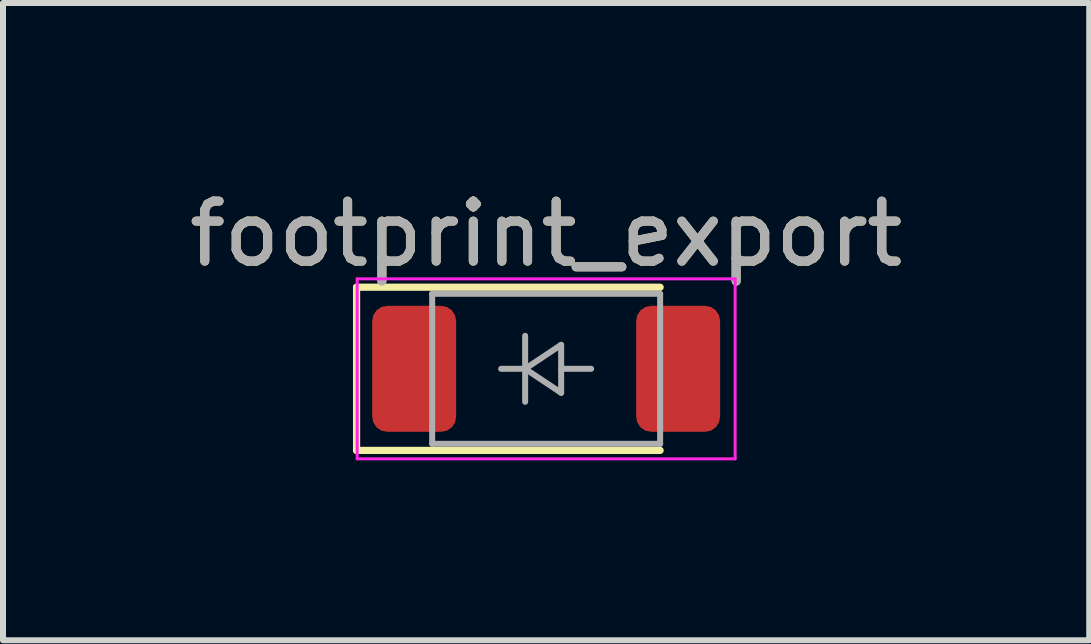
<source format=kicad_pcb>
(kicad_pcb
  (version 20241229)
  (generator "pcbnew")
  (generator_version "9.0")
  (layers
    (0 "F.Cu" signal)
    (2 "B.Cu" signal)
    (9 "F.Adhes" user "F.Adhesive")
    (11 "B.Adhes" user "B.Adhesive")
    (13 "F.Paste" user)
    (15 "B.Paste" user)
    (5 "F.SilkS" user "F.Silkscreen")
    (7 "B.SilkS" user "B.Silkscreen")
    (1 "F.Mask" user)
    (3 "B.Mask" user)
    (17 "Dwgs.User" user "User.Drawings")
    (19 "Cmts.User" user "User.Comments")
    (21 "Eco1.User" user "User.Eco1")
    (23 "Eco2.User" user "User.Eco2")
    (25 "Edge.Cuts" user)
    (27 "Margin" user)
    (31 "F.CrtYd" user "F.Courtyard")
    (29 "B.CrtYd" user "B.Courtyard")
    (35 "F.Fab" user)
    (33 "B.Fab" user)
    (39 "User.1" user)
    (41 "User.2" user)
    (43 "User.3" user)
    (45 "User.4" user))
  (footprint "footprint_export"
    (layer "F.Cu")
    (at 6.054 3.098)
    (property "Reference" "footprint_export" (at 0 -2.25 0) (layer "F.SilkS") (effects (font (size 1 1) (thickness 0.15))))
    (attr smd)
    (fp_line (start -3.16 -1.36) (end -3.16 1.36) (stroke (width 0.12) (type solid)) (layer "F.SilkS"))
    (fp_line (start -3.16 -1.36) (end 1.9 -1.36) (stroke (width 0.12) (type solid)) (layer "F.SilkS"))
    (fp_line (start -3.16 1.36) (end 1.9 1.36) (stroke (width 0.12) (type solid)) (layer "F.SilkS"))
    (fp_line (start -3.15 -1.5) (end -3.15 1.5) (stroke (width 0.05) (type solid)) (layer "F.CrtYd"))
    (fp_line (start -3.15 -1.5) (end 3.15 -1.5) (stroke (width 0.05) (type solid)) (layer "F.CrtYd"))
    (fp_line (start 3.15 -1.5) (end 3.15 1.5) (stroke (width 0.05) (type solid)) (layer "F.CrtYd"))
    (fp_line (start 3.15 1.5) (end -3.15 1.5) (stroke (width 0.05) (type solid)) (layer "F.CrtYd"))
    (fp_line (start -1.9 -1.25) (end 1.9 -1.25) (stroke (width 0.1) (type solid)) (layer "F.Fab"))
    (fp_line (start -1.9 1.25) (end -1.9 -1.25) (stroke (width 0.1) (type solid)) (layer "F.Fab"))
    (fp_line (start -0.75 0) (end -0.35 0) (stroke (width 0.1) (type solid)) (layer "F.Fab"))
    (fp_line (start -0.35 0) (end -0.35 -0.55) (stroke (width 0.1) (type solid)) (layer "F.Fab"))
    (fp_line (start -0.35 0) (end -0.35 0.55) (stroke (width 0.1) (type solid)) (layer "F.Fab"))
    (fp_line (start -0.35 0) (end 0.25 -0.4) (stroke (width 0.1) (type solid)) (layer "F.Fab"))
    (fp_line (start 0.25 -0.4) (end 0.25 0.4) (stroke (width 0.1) (type solid)) (layer "F.Fab"))
    (fp_line (start 0.25 0) (end 0.75 0) (stroke (width 0.1) (type solid)) (layer "F.Fab"))
    (fp_line (start 0.25 0.4) (end -0.35 0) (stroke (width 0.1) (type solid)) (layer "F.Fab"))
    (fp_line (start 1.9 -1.25) (end 1.9 1.25) (stroke (width 0.1) (type solid)) (layer "F.Fab"))
    (fp_line (start 1.9 1.25) (end -1.9 1.25) (stroke (width 0.1) (type solid)) (layer "F.Fab"))
    (fp_text user "${REFERENCE}" (at 0 -2.25 0) (layer "F.Fab") (effects (font (size 1 1) (thickness 0.15))))
    (pad "1" smd roundrect (at -2.2 0) (size 1.4 2.1) (layers "F.Cu" "F.Mask" "F.Paste") (roundrect_rratio 0.179))
    (pad "2" smd roundrect (at 2.2 0) (size 1.4 2.1) (layers "F.Cu" "F.Mask" "F.Paste") (roundrect_rratio 0.179)))
  (gr_rect
    (start -3 -3)
    (end 15.107 7.623)
    (stroke (width 0.1) (type default))
    (fill no)
    (layer "Edge.Cuts")))
</source>
